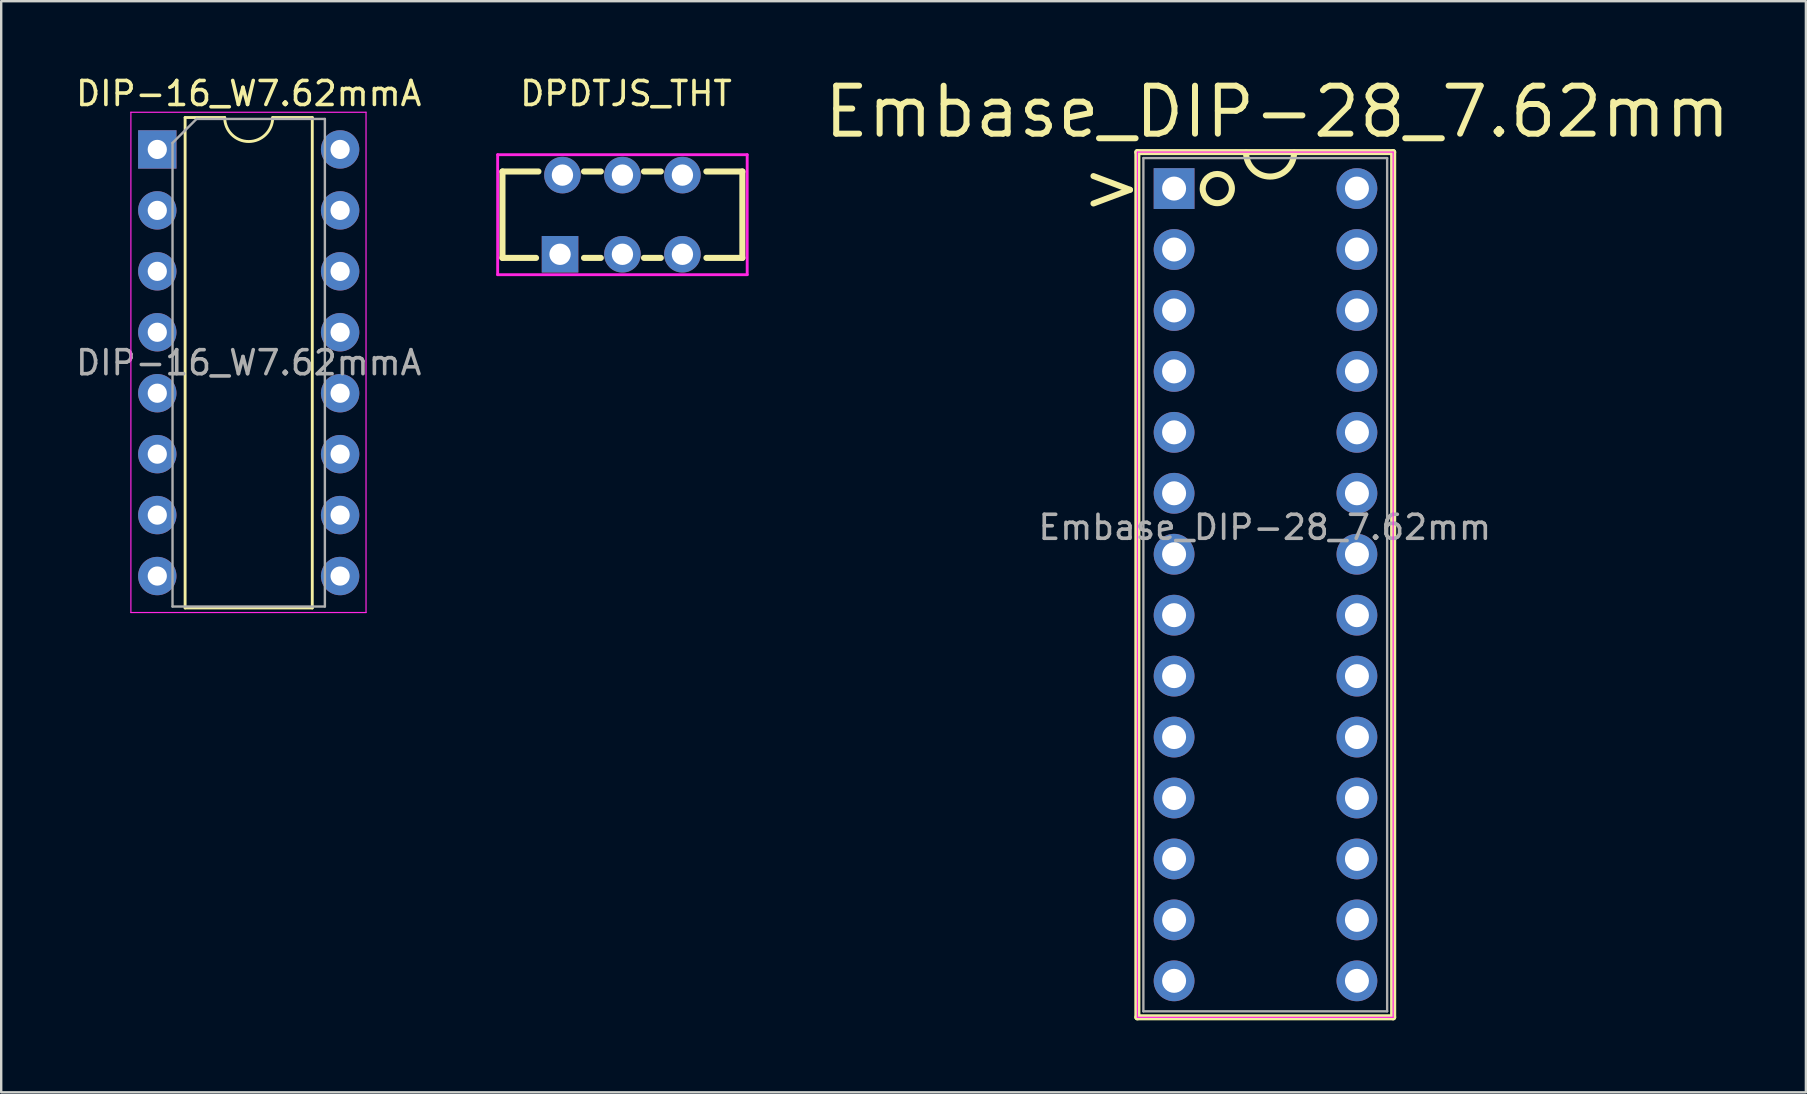
<source format=kicad_pcb>
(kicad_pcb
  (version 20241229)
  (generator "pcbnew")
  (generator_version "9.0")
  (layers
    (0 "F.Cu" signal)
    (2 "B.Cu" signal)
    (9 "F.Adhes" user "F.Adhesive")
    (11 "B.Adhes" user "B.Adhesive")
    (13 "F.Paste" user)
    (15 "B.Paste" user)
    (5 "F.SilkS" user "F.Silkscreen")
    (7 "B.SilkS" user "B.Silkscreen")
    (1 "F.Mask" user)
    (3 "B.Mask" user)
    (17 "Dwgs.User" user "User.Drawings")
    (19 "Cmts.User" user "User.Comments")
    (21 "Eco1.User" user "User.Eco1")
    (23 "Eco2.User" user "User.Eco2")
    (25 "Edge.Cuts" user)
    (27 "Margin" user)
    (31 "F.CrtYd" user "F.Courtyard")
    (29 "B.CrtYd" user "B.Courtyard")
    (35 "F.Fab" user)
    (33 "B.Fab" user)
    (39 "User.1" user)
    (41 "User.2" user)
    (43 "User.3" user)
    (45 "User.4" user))
  (footprint "DIP-16_W7.62mmA"
    (layer "F.Cu")
    (at 3.505 3.178)
    (property "Reference" "DIP-16_W7.62mmA" (at 3.81 -2.33 0) (layer "F.SilkS") (effects (font (size 1 1) (thickness 0.15))))
    (attr through_hole)
    (fp_line (start 1.16 -1.33) (end 1.16 19.11) (stroke (width 0.12) (type solid)) (layer "F.SilkS"))
    (fp_line (start 1.16 19.11) (end 6.46 19.11) (stroke (width 0.12) (type solid)) (layer "F.SilkS"))
    (fp_line (start 2.81 -1.33) (end 1.16 -1.33) (stroke (width 0.12) (type solid)) (layer "F.SilkS"))
    (fp_line (start 6.46 -1.33) (end 4.81 -1.33) (stroke (width 0.12) (type solid)) (layer "F.SilkS"))
    (fp_line (start 6.46 19.11) (end 6.46 -1.33) (stroke (width 0.12) (type solid)) (layer "F.SilkS"))
    (fp_arc (start 4.81 -1.33) (mid 3.81 -0.33) (end 2.81 -1.33) (stroke (width 0.12) (type solid)) (layer "F.SilkS"))
    (fp_line (start -1.1 -1.55) (end -1.1 19.3) (stroke (width 0.05) (type solid)) (layer "F.CrtYd"))
    (fp_line (start -1.1 19.3) (end 8.7 19.3) (stroke (width 0.05) (type solid)) (layer "F.CrtYd"))
    (fp_line (start 8.7 -1.55) (end -1.1 -1.55) (stroke (width 0.05) (type solid)) (layer "F.CrtYd"))
    (fp_line (start 8.7 19.3) (end 8.7 -1.55) (stroke (width 0.05) (type solid)) (layer "F.CrtYd"))
    (fp_line (start 0.635 -0.27) (end 1.635 -1.27) (stroke (width 0.1) (type solid)) (layer "F.Fab"))
    (fp_line (start 0.635 19.05) (end 0.635 -0.27) (stroke (width 0.1) (type solid)) (layer "F.Fab"))
    (fp_line (start 1.635 -1.27) (end 6.985 -1.27) (stroke (width 0.1) (type solid)) (layer "F.Fab"))
    (fp_line (start 6.985 -1.27) (end 6.985 19.05) (stroke (width 0.1) (type solid)) (layer "F.Fab"))
    (fp_line (start 6.985 19.05) (end 0.635 19.05) (stroke (width 0.1) (type solid)) (layer "F.Fab"))
    (fp_text user "${REFERENCE}" (at 3.81 8.89 0) (layer "F.Fab") (effects (font (size 1 1) (thickness 0.15))))
    (pad "1" thru_hole rect (at 0 0) (size 1.6 1.6) (drill 0.8) (layers "*.Cu" "*.Mask"))
    (pad "2" thru_hole oval (at 0 2.54) (size 1.6 1.6) (drill 0.8) (layers "*.Cu" "*.Mask"))
    (pad "3" thru_hole oval (at 0 5.08) (size 1.6 1.6) (drill 0.8) (layers "*.Cu" "*.Mask"))
    (pad "4" thru_hole oval (at 0 7.62) (size 1.6 1.6) (drill 0.8) (layers "*.Cu" "*.Mask"))
    (pad "5" thru_hole oval (at 0 10.16) (size 1.6 1.6) (drill 0.8) (layers "*.Cu" "*.Mask"))
    (pad "6" thru_hole oval (at 0 12.7) (size 1.6 1.6) (drill 0.8) (layers "*.Cu" "*.Mask"))
    (pad "7" thru_hole oval (at 0 15.24) (size 1.6 1.6) (drill 0.8) (layers "*.Cu" "*.Mask"))
    (pad "8" thru_hole oval (at 0 17.78) (size 1.6 1.6) (drill 0.8) (layers "*.Cu" "*.Mask"))
    (pad "9" thru_hole oval (at 7.62 17.78) (size 1.6 1.6) (drill 0.8) (layers "*.Cu" "*.Mask"))
    (pad "10" thru_hole oval (at 7.62 15.24) (size 1.6 1.6) (drill 0.8) (layers "*.Cu" "*.Mask"))
    (pad "11" thru_hole oval (at 7.62 12.7) (size 1.6 1.6) (drill 0.8) (layers "*.Cu" "*.Mask"))
    (pad "12" thru_hole oval (at 7.62 10.16) (size 1.6 1.6) (drill 0.8) (layers "*.Cu" "*.Mask"))
    (pad "13" thru_hole oval (at 7.62 7.62) (size 1.6 1.6) (drill 0.8) (layers "*.Cu" "*.Mask"))
    (pad "14" thru_hole oval (at 7.62 5.08) (size 1.6 1.6) (drill 0.8) (layers "*.Cu" "*.Mask"))
    (pad "15" thru_hole oval (at 7.62 2.54) (size 1.6 1.6) (drill 0.8) (layers "*.Cu" "*.Mask"))
    (pad "16" thru_hole oval (at 7.62 0) (size 1.6 1.6) (drill 0.8) (layers "*.Cu" "*.Mask")))
  (footprint "DPDTJS_THT"
    (layer "F.Cu")
    (at 22.891 5.898)
    (property "Reference" "DPDTJS_THT" (at 0.15 -5.05 0) (layer "F.SilkS") (effects (font (size 1 1) (thickness 0.15))))
    (attr through_hole)
    (fp_line (start -5 -1.8) (end -3.5 -1.8) (stroke (width 0.254) (type solid)) (layer "F.SilkS"))
    (fp_line (start -5 1.8) (end -5 -1.8) (stroke (width 0.254) (type solid)) (layer "F.SilkS"))
    (fp_line (start -3.6 1.8) (end -5 1.8) (stroke (width 0.254) (type solid)) (layer "F.SilkS"))
    (fp_line (start -0.9 -1.8) (end -1.6 -1.8) (stroke (width 0.254) (type solid)) (layer "F.SilkS"))
    (fp_line (start -0.9 1.8) (end -1.6 1.8) (stroke (width 0.254) (type solid)) (layer "F.SilkS"))
    (fp_line (start 1.6 -1.8) (end 0.9 -1.8) (stroke (width 0.254) (type solid)) (layer "F.SilkS"))
    (fp_line (start 1.6 1.8) (end 0.9 1.8) (stroke (width 0.254) (type solid)) (layer "F.SilkS"))
    (fp_line (start 3.5 -1.8) (end 5 -1.8) (stroke (width 0.254) (type solid)) (layer "F.SilkS"))
    (fp_line (start 5 -1.8) (end 5 1.8) (stroke (width 0.254) (type solid)) (layer "F.SilkS"))
    (fp_line (start 5 1.8) (end 3.5 1.8) (stroke (width 0.254) (type solid)) (layer "F.SilkS"))
    (fp_line (start -5.2 -2.5) (end 5.2 -2.5) (stroke (width 0.12) (type solid)) (layer "F.CrtYd"))
    (fp_line (start -5.2 2.5) (end -5.2 -2.5) (stroke (width 0.12) (type solid)) (layer "F.CrtYd"))
    (fp_line (start 5.2 -2.5) (end 5.2 2.5) (stroke (width 0.12) (type solid)) (layer "F.CrtYd"))
    (fp_line (start 5.2 2.5) (end -5.2 2.5) (stroke (width 0.12) (type solid)) (layer "F.CrtYd"))
    (pad "1" thru_hole rect (at -2.6 1.65) (size 1.524 1.524) (drill 0.889) (layers "*.Cu" "*.Mask"))
    (pad "2" thru_hole circle (at 0 1.65) (size 1.524 1.524) (drill 0.889) (layers "*.Cu" "*.Mask"))
    (pad "3" thru_hole circle (at 2.5 1.65) (size 1.524 1.524) (drill 0.889) (layers "*.Cu" "*.Mask"))
    (pad "4" thru_hole circle (at -2.5 -1.65) (size 1.524 1.524) (drill 0.889) (layers "*.Cu" "*.Mask"))
    (pad "5" thru_hole circle (at 0 -1.65) (size 1.524 1.524) (drill 0.889) (layers "*.Cu" "*.Mask"))
    (pad "6" thru_hole circle (at 2.5 -1.65) (size 1.524 1.524) (drill 0.889) (layers "*.Cu" "*.Mask")))
  (footprint "Embase_DIP-28_7.62mm"
    (layer "F.Cu")
    (at 45.883 4.809)
    (property "Reference" "Embase_DIP-28_7.62mm" (at 4.3 -3.2 0) (layer "F.SilkS") (effects (font (size 2 2) (thickness 0.25))))
    (attr through_hole)
    (fp_line (start -1.53 -1.52) (end 9.13 -1.52) (stroke (width 0.254) (type solid)) (layer "F.SilkS"))
    (fp_line (start -1.53 34.54) (end -1.53 -1.52) (stroke (width 0.254) (type solid)) (layer "F.SilkS"))
    (fp_line (start 9.13 -1.52) (end 9.13 34.54) (stroke (width 0.254) (type solid)) (layer "F.SilkS"))
    (fp_line (start 9.13 34.54) (end -1.53 34.54) (stroke (width 0.254) (type solid)) (layer "F.SilkS"))
    (fp_arc (start 5 -1.5) (mid 4 -0.5) (end 3 -1.5) (stroke (width 0.254) (type solid)) (layer "F.SilkS"))
    (fp_circle (center 1.8 0) (end 1.9 0.6) (stroke (width 0.254) (type solid)) (fill no) (layer "F.SilkS"))
    (fp_line (start -1.53 -1.52) (end -1.53 34.54) (stroke (width 0.05) (type solid)) (layer "F.CrtYd"))
    (fp_line (start 9.13 -1.52) (end -1.53 -1.52) (stroke (width 0.05) (type solid)) (layer "F.CrtYd"))
    (fp_line (start 9.13 -1.52) (end 9.13 34.54) (stroke (width 0.05) (type solid)) (layer "F.CrtYd"))
    (fp_line (start 9.13 34.54) (end -1.53 34.54) (stroke (width 0.05) (type solid)) (layer "F.CrtYd"))
    (fp_line (start -1.28 -1.27) (end -1.28 34.29) (stroke (width 0.1) (type solid)) (layer "F.Fab"))
    (fp_line (start -1.28 -1.27) (end 8.88 -1.27) (stroke (width 0.1) (type solid)) (layer "F.Fab"))
    (fp_line (start -1.28 34.29) (end 8.88 34.29) (stroke (width 0.1) (type solid)) (layer "F.Fab"))
    (fp_line (start 8.88 -1.27) (end 8.88 34.29) (stroke (width 0.1) (type solid)) (layer "F.Fab"))
    (fp_text user ">" (at -2.6 -0.1 0) (unlocked yes) (layer "F.SilkS") (effects (font (size 2 2) (thickness 0.25))))
    (fp_text user "${REFERENCE}" (at 3.78 14.12 0) (layer "F.Fab") (effects (font (size 1 1) (thickness 0.15))))
    (pad "1" thru_hole rect (at 0 0) (size 1.7 1.7) (drill 1) (layers "*.Cu" "*.Mask"))
    (pad "2" thru_hole circle (at 0 2.54) (size 1.7 1.7) (drill 1) (layers "*.Cu" "*.Mask"))
    (pad "3" thru_hole circle (at 0 5.08) (size 1.7 1.7) (drill 1) (layers "*.Cu" "*.Mask"))
    (pad "4" thru_hole circle (at 0 7.62) (size 1.7 1.7) (drill 1) (layers "*.Cu" "*.Mask"))
    (pad "5" thru_hole circle (at 0 10.16) (size 1.7 1.7) (drill 1) (layers "*.Cu" "*.Mask"))
    (pad "6" thru_hole circle (at 0 12.7) (size 1.7 1.7) (drill 1) (layers "*.Cu" "*.Mask"))
    (pad "7" thru_hole circle (at 0 15.24) (size 1.7 1.7) (drill 1) (layers "*.Cu" "*.Mask"))
    (pad "8" thru_hole circle (at 0 17.78) (size 1.7 1.7) (drill 1) (layers "*.Cu" "*.Mask"))
    (pad "9" thru_hole circle (at 0 20.32) (size 1.7 1.7) (drill 1) (layers "*.Cu" "*.Mask"))
    (pad "10" thru_hole circle (at 0 22.86) (size 1.7 1.7) (drill 1) (layers "*.Cu" "*.Mask"))
    (pad "11" thru_hole circle (at 0 25.4) (size 1.7 1.7) (drill 1) (layers "*.Cu" "*.Mask"))
    (pad "12" thru_hole circle (at 0 27.94) (size 1.7 1.7) (drill 1) (layers "*.Cu" "*.Mask"))
    (pad "13" thru_hole circle (at 0 30.48) (size 1.7 1.7) (drill 1) (layers "*.Cu" "*.Mask"))
    (pad "14" thru_hole circle (at 0 33.02) (size 1.7 1.7) (drill 1) (layers "*.Cu" "*.Mask"))
    (pad "15" thru_hole circle (at 7.62 33.02) (size 1.7 1.7) (drill 1) (layers "*.Cu" "*.Mask"))
    (pad "16" thru_hole circle (at 7.62 30.48) (size 1.7 1.7) (drill 1) (layers "*.Cu" "*.Mask"))
    (pad "17" thru_hole circle (at 7.62 27.94) (size 1.7 1.7) (drill 1) (layers "*.Cu" "*.Mask"))
    (pad "18" thru_hole circle (at 7.62 25.4) (size 1.7 1.7) (drill 1) (layers "*.Cu" "*.Mask"))
    (pad "19" thru_hole circle (at 7.62 22.86) (size 1.7 1.7) (drill 1) (layers "*.Cu" "*.Mask"))
    (pad "20" thru_hole circle (at 7.62 20.32) (size 1.7 1.7) (drill 1) (layers "*.Cu" "*.Mask"))
    (pad "21" thru_hole circle (at 7.62 17.78) (size 1.7 1.7) (drill 1) (layers "*.Cu" "*.Mask"))
    (pad "22" thru_hole circle (at 7.62 15.24) (size 1.7 1.7) (drill 1) (layers "*.Cu" "*.Mask"))
    (pad "23" thru_hole circle (at 7.62 12.7) (size 1.7 1.7) (drill 1) (layers "*.Cu" "*.Mask"))
    (pad "24" thru_hole circle (at 7.62 10.16) (size 1.7 1.7) (drill 1) (layers "*.Cu" "*.Mask"))
    (pad "25" thru_hole circle (at 7.62 7.62) (size 1.7 1.7) (drill 1) (layers "*.Cu" "*.Mask"))
    (pad "26" thru_hole circle (at 7.62 5.08) (size 1.7 1.7) (drill 1) (layers "*.Cu" "*.Mask"))
    (pad "27" thru_hole circle (at 7.62 2.54) (size 1.7 1.7) (drill 1) (layers "*.Cu" "*.Mask"))
    (pad "28" thru_hole circle (at 7.62 0) (size 1.7 1.7) (drill 1) (layers "*.Cu" "*.Mask")))
  (gr_rect
    (start -3 -3)
    (end 72.215 42.476)
    (stroke (width 0.1) (type default))
    (fill no)
    (layer "Edge.Cuts")))
</source>
